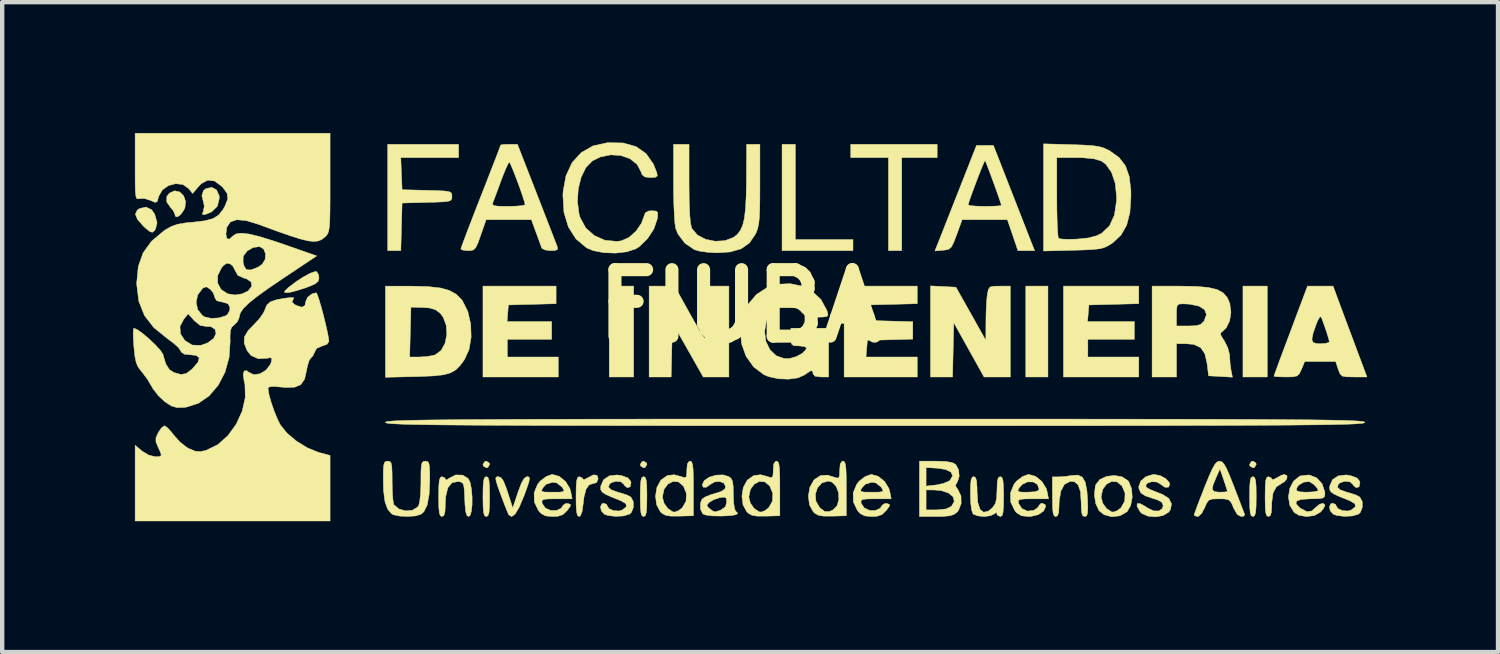
<source format=kicad_pcb>
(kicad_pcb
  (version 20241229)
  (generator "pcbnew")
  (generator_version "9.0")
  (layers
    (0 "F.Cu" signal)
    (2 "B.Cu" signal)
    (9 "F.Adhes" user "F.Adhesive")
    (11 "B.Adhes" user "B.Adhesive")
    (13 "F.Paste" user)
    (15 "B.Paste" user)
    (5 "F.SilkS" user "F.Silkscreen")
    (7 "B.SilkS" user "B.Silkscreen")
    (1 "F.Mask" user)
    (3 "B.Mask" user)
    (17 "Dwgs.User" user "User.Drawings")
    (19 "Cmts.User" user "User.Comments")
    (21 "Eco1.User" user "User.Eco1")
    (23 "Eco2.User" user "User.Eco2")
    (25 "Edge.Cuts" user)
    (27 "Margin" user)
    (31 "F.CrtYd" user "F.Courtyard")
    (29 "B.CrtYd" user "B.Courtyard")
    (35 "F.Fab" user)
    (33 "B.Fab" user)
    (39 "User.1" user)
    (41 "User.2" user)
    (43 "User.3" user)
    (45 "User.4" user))
  (footprint "FIUBA"
    (layer "F.Cu")
    (at 13.916 3.967)
    (property "Reference" "FIUBA" (at 0 0 0) (layer "F.SilkS") (effects (font (size 1.524 1.524) (thickness 0.3))))
    (attr through_hole)
    (fp_poly (pts (xy -2.438 1.626) (xy -2.997 1.626) (xy -2.997 -0.457) (xy -2.438 -0.457) (xy -2.438 1.626)) (stroke (width 0.01) (type solid)) (fill yes) (layer "F.SilkS"))
    (fp_poly (pts (xy 7.061 1.626) (xy 6.553 1.626) (xy 6.553 -0.457) (xy 7.061 -0.457) (xy 7.061 1.626)) (stroke (width 0.01) (type solid)) (fill yes) (layer "F.SilkS"))
    (fp_poly (pts (xy 12.09 1.626) (xy 11.532 1.626) (xy 11.532 -0.457) (xy 12.09 -0.457) (xy 12.09 1.626)) (stroke (width 0.01) (type solid)) (fill yes) (layer "F.SilkS"))
    (fp_poly (pts (xy 1.27 -1.524) (xy 2.591 -1.524) (xy 2.591 -1.27) (xy 0.965 -1.27) (xy 0.965 -3.708) (xy 1.27 -3.708) (xy 1.27 -1.524)) (stroke (width 0.01) (type solid)) (fill yes) (layer "F.SilkS"))
    (fp_poly (pts (xy -5.749 3.597) (xy -5.74 3.632) (xy -5.781 3.7) (xy -5.817 3.708) (xy -5.884 3.668) (xy -5.893 3.632) (xy -5.852 3.565) (xy -5.817 3.556) (xy -5.749 3.597)) (stroke (width 0.01) (type solid)) (fill yes) (layer "F.SilkS"))
    (fp_poly (pts (xy -2.142 3.597) (xy -2.134 3.632) (xy -2.174 3.7) (xy -2.21 3.708) (xy -2.277 3.668) (xy -2.286 3.632) (xy -2.245 3.565) (xy -2.21 3.556) (xy -2.142 3.597)) (stroke (width 0.01) (type solid)) (fill yes) (layer "F.SilkS"))
    (fp_poly (pts (xy 4.521 -3.404) (xy 3.708 -3.404) (xy 3.708 -1.27) (xy 3.404 -1.27) (xy 3.404 -3.404) (xy 2.54 -3.404) (xy 2.54 -3.708) (xy 4.521 -3.708) (xy 4.521 -3.404)) (stroke (width 0.01) (type solid)) (fill yes) (layer "F.SilkS"))
    (fp_poly (pts (xy 11.828 3.597) (xy 11.836 3.632) (xy 11.796 3.7) (xy 11.76 3.708) (xy 11.693 3.668) (xy 11.684 3.632) (xy 11.725 3.565) (xy 11.76 3.556) (xy 11.828 3.597)) (stroke (width 0.01) (type solid)) (fill yes) (layer "F.SilkS"))
    (fp_poly (pts (xy -4.216 -0.054) (xy -5.309 -0.025) (xy -5.34 0.356) (xy -4.318 0.356) (xy -4.318 0.762) (xy -5.334 0.762) (xy -5.334 1.168) (xy -4.166 1.168) (xy -4.166 1.626) (xy -5.893 1.626) (xy -5.893 -0.457) (xy -4.216 -0.457) (xy -4.216 -0.054)) (stroke (width 0.01) (type solid)) (fill yes) (layer "F.SilkS"))
    (fp_poly (pts (xy 9.144 -0.054) (xy 8.001 -0.025) (xy 7.969 0.356) (xy 9.042 0.356) (xy 9.042 0.762) (xy 7.976 0.762) (xy 7.976 1.168) (xy 9.144 1.168) (xy 9.144 1.626) (xy 7.417 1.626) (xy 7.417 -0.457) (xy 9.144 -0.457) (xy 9.144 -0.054)) (stroke (width 0.01) (type solid)) (fill yes) (layer "F.SilkS"))
    (fp_poly (pts (xy 4.064 -0.054) (xy 2.921 -0.025) (xy 2.921 0.33) (xy 3.962 0.359) (xy 3.962 0.758) (xy 3.442 0.773) (xy 2.921 0.787) (xy 2.889 1.168) (xy 4.064 1.168) (xy 4.064 1.626) (xy 2.388 1.626) (xy 2.388 -0.457) (xy 4.064 -0.457) (xy 4.064 -0.054)) (stroke (width 0.01) (type solid)) (fill yes) (layer "F.SilkS"))
    (fp_poly (pts (xy -13.488 -2.207) (xy -13.419 -2.105) (xy -13.365 -1.915) (xy -13.4 -1.764) (xy -13.426 -1.727) (xy -13.472 -1.691) (xy -13.532 -1.708) (xy -13.628 -1.786) (xy -13.678 -1.833) (xy -13.815 -1.988) (xy -13.862 -2.107) (xy -13.819 -2.199) (xy -13.765 -2.236) (xy -13.616 -2.269) (xy -13.488 -2.207)) (stroke (width 0.01) (type solid)) (fill yes) (layer "F.SilkS"))
    (fp_poly (pts (xy -12.846 -2.616) (xy -12.757 -2.529) (xy -12.711 -2.402) (xy -12.726 -2.256) (xy -12.752 -2.198) (xy -12.83 -2.092) (xy -12.903 -2.043) (xy -12.948 -2.061) (xy -12.954 -2.096) (xy -12.989 -2.182) (xy -13.056 -2.261) (xy -13.143 -2.387) (xy -13.141 -2.513) (xy -13.084 -2.588) (xy -12.96 -2.643) (xy -12.846 -2.616)) (stroke (width 0.01) (type solid)) (fill yes) (layer "F.SilkS"))
    (fp_poly (pts (xy -12.001 -2.663) (xy -11.943 -2.533) (xy -11.938 -2.47) (xy -11.982 -2.29) (xy -12.112 -2.161) (xy -12.234 -2.109) (xy -12.317 -2.093) (xy -12.322 -2.129) (xy -12.304 -2.167) (xy -12.282 -2.29) (xy -12.296 -2.362) (xy -12.338 -2.533) (xy -12.299 -2.649) (xy -12.243 -2.692) (xy -12.107 -2.721) (xy -12.001 -2.663)) (stroke (width 0.01) (type solid)) (fill yes) (layer "F.SilkS"))
    (fp_poly (pts (xy -9.704 -0.788) (xy -9.663 -0.717) (xy -9.652 -0.641) (xy -9.668 -0.572) (xy -9.731 -0.515) (xy -9.86 -0.455) (xy -9.97 -0.415) (xy -10.149 -0.358) (xy -10.303 -0.318) (xy -10.389 -0.306) (xy -10.444 -0.316) (xy -10.432 -0.351) (xy -10.346 -0.43) (xy -10.338 -0.436) (xy -10.172 -0.563) (xy -10.001 -0.673) (xy -9.849 -0.754) (xy -9.74 -0.791) (xy -9.704 -0.788)) (stroke (width 0.01) (type solid)) (fill yes) (layer "F.SilkS"))
    (fp_poly (pts (xy -5.779 3.929) (xy -5.756 3.994) (xy -5.744 4.124) (xy -5.74 4.336) (xy -5.74 4.369) (xy -5.743 4.592) (xy -5.754 4.731) (xy -5.776 4.803) (xy -5.811 4.826) (xy -5.817 4.826) (xy -5.854 4.808) (xy -5.877 4.743) (xy -5.889 4.614) (xy -5.893 4.402) (xy -5.893 4.369) (xy -5.89 4.146) (xy -5.879 4.007) (xy -5.857 3.935) (xy -5.822 3.912) (xy -5.817 3.912) (xy -5.779 3.929)) (stroke (width 0.01) (type solid)) (fill yes) (layer "F.SilkS"))
    (fp_poly (pts (xy -2.173 3.929) (xy -2.149 3.994) (xy -2.137 4.124) (xy -2.134 4.336) (xy -2.134 4.369) (xy -2.137 4.592) (xy -2.147 4.731) (xy -2.169 4.803) (xy -2.204 4.826) (xy -2.21 4.826) (xy -2.247 4.808) (xy -2.27 4.743) (xy -2.282 4.614) (xy -2.286 4.402) (xy -2.286 4.369) (xy -2.283 4.146) (xy -2.272 4.007) (xy -2.251 3.935) (xy -2.215 3.912) (xy -2.21 3.912) (xy -2.173 3.929)) (stroke (width 0.01) (type solid)) (fill yes) (layer "F.SilkS"))
    (fp_poly (pts (xy 4.661 -0.447) (xy 4.952 -0.432) (xy 5.295 0.178) (xy 5.637 0.787) (xy 5.639 0.356) (xy 5.643 0.128) (xy 5.653 -0.084) (xy 5.668 -0.243) (xy 5.671 -0.267) (xy 5.695 -0.381) (xy 5.736 -0.437) (xy 5.824 -0.455) (xy 5.95 -0.457) (xy 6.198 -0.457) (xy 6.198 1.626) (xy 5.596 1.626) (xy 4.902 0.381) (xy 4.874 1.626) (xy 4.369 1.626) (xy 4.369 -0.462) (xy 4.661 -0.447)) (stroke (width 0.01) (type solid)) (fill yes) (layer "F.SilkS"))
    (fp_poly (pts (xy 11.797 3.929) (xy 11.821 3.994) (xy 11.833 4.124) (xy 11.836 4.336) (xy 11.836 4.369) (xy 11.833 4.592) (xy 11.823 4.731) (xy 11.801 4.803) (xy 11.766 4.826) (xy 11.76 4.826) (xy 11.723 4.808) (xy 11.7 4.743) (xy 11.688 4.614) (xy 11.684 4.402) (xy 11.684 4.369) (xy 11.687 4.146) (xy 11.698 4.007) (xy 11.719 3.935) (xy 11.755 3.912) (xy 11.76 3.912) (xy 11.797 3.929)) (stroke (width 0.01) (type solid)) (fill yes) (layer "F.SilkS"))
    (fp_poly (pts (xy -6.452 -3.404) (xy -7.777 -3.404) (xy -7.747 -2.667) (xy -7.176 -2.653) (xy -6.928 -2.646) (xy -6.765 -2.637) (xy -6.669 -2.622) (xy -6.621 -2.597) (xy -6.606 -2.558) (xy -6.604 -2.515) (xy -6.607 -2.461) (xy -6.629 -2.425) (xy -6.686 -2.403) (xy -6.796 -2.39) (xy -6.977 -2.382) (xy -7.176 -2.377) (xy -7.747 -2.362) (xy -7.776 -1.27) (xy -8.077 -1.27) (xy -8.077 -3.708) (xy -6.452 -3.708) (xy -6.452 -3.404)) (stroke (width 0.01) (type solid)) (fill yes) (layer "F.SilkS"))
    (fp_poly (pts (xy -0.254 1.626) (xy -0.842 1.626) (xy -1.549 0.381) (xy -1.578 1.626) (xy -2.083 1.626) (xy -2.083 -0.457) (xy -1.791 -0.457) (xy -1.499 -0.456) (xy -1.175 0.128) (xy -1.052 0.348) (xy -0.942 0.534) (xy -0.859 0.67) (xy -0.811 0.737) (xy -0.807 0.74) (xy -0.789 0.704) (xy -0.775 0.583) (xy -0.766 0.396) (xy -0.762 0.16) (xy -0.762 0.155) (xy -0.762 -0.457) (xy -0.254 -0.457) (xy -0.254 1.626)) (stroke (width 0.01) (type solid)) (fill yes) (layer "F.SilkS"))
    (fp_poly (pts (xy -3.277 3.881) (xy -3.251 3.962) (xy -3.288 4.048) (xy -3.347 4.064) (xy -3.455 4.096) (xy -3.529 4.198) (xy -3.577 4.383) (xy -3.593 4.519) (xy -3.62 4.712) (xy -3.659 4.81) (xy -3.69 4.826) (xy -3.725 4.802) (xy -3.746 4.719) (xy -3.757 4.562) (xy -3.759 4.369) (xy -3.756 4.146) (xy -3.745 4.007) (xy -3.724 3.935) (xy -3.689 3.912) (xy -3.683 3.912) (xy -3.615 3.941) (xy -3.607 3.965) (xy -3.573 3.98) (xy -3.494 3.94) (xy -3.36 3.87) (xy -3.277 3.881)) (stroke (width 0.01) (type solid)) (fill yes) (layer "F.SilkS"))
    (fp_poly (pts (xy 12.543 3.891) (xy 12.539 3.958) (xy 12.481 4.03) (xy 12.424 4.063) (xy 12.297 4.146) (xy 12.222 4.286) (xy 12.193 4.501) (xy 12.192 4.569) (xy 12.184 4.73) (xy 12.156 4.809) (xy 12.116 4.826) (xy 12.079 4.808) (xy 12.055 4.743) (xy 12.043 4.614) (xy 12.04 4.402) (xy 12.04 4.369) (xy 12.043 4.146) (xy 12.053 4.007) (xy 12.075 3.935) (xy 12.11 3.912) (xy 12.116 3.912) (xy 12.183 3.941) (xy 12.192 3.965) (xy 12.226 3.98) (xy 12.305 3.94) (xy 12.412 3.88) (xy 12.483 3.861) (xy 12.543 3.891)) (stroke (width 0.01) (type solid)) (fill yes) (layer "F.SilkS"))
    (fp_poly (pts (xy -4.838 3.92) (xy -4.825 3.958) (xy -4.842 4.042) (xy -4.892 4.189) (xy -4.953 4.356) (xy -5.062 4.613) (xy -5.156 4.77) (xy -5.236 4.828) (xy -5.302 4.786) (xy -5.303 4.785) (xy -5.332 4.718) (xy -5.387 4.582) (xy -5.456 4.4) (xy -5.484 4.325) (xy -5.556 4.126) (xy -5.593 4.004) (xy -5.599 3.94) (xy -5.576 3.915) (xy -5.539 3.912) (xy -5.479 3.934) (xy -5.423 4.013) (xy -5.361 4.166) (xy -5.326 4.271) (xy -5.21 4.631) (xy -5.09 4.271) (xy -5.016 4.072) (xy -4.954 3.958) (xy -4.895 3.914) (xy -4.878 3.912) (xy -4.838 3.92)) (stroke (width 0.01) (type solid)) (fill yes) (layer "F.SilkS"))
    (fp_poly (pts (xy 7.85 3.923) (xy 7.917 4.041) (xy 7.955 4.242) (xy 7.968 4.415) (xy 7.974 4.621) (xy 7.969 4.745) (xy 7.95 4.807) (xy 7.912 4.826) (xy 7.905 4.826) (xy 7.859 4.807) (xy 7.834 4.738) (xy 7.824 4.597) (xy 7.823 4.506) (xy 7.807 4.258) (xy 7.755 4.101) (xy 7.665 4.026) (xy 7.568 4.021) (xy 7.439 4.088) (xy 7.356 4.243) (xy 7.318 4.482) (xy 7.316 4.559) (xy 7.308 4.724) (xy 7.282 4.806) (xy 7.239 4.826) (xy 7.202 4.808) (xy 7.179 4.743) (xy 7.167 4.613) (xy 7.163 4.401) (xy 7.163 4.371) (xy 7.163 3.916) (xy 7.303 3.917) (xy 7.461 3.907) (xy 7.595 3.886) (xy 7.745 3.875) (xy 7.85 3.923)) (stroke (width 0.01) (type solid)) (fill yes) (layer "F.SilkS"))
    (fp_poly (pts (xy 8.759 3.915) (xy 8.894 4.001) (xy 8.914 4.027) (xy 8.979 4.188) (xy 8.993 4.384) (xy 8.958 4.573) (xy 8.877 4.713) (xy 8.874 4.716) (xy 8.712 4.809) (xy 8.525 4.831) (xy 8.348 4.784) (xy 8.233 4.692) (xy 8.157 4.531) (xy 8.134 4.38) (xy 8.28 4.38) (xy 8.316 4.519) (xy 8.404 4.643) (xy 8.516 4.717) (xy 8.56 4.724) (xy 8.65 4.691) (xy 8.738 4.623) (xy 8.822 4.472) (xy 8.829 4.292) (xy 8.76 4.126) (xy 8.648 4.032) (xy 8.522 4.021) (xy 8.404 4.083) (xy 8.316 4.204) (xy 8.28 4.374) (xy 8.28 4.38) (xy 8.134 4.38) (xy 8.126 4.326) (xy 8.147 4.13) (xy 8.16 4.092) (xy 8.253 3.975) (xy 8.406 3.905) (xy 8.586 3.884) (xy 8.759 3.915)) (stroke (width 0.01) (type solid)) (fill yes) (layer "F.SilkS"))
    (fp_poly (pts (xy -7.506 -0.456) (xy -7.146 -0.446) (xy -6.87 -0.415) (xy -6.661 -0.357) (xy -6.503 -0.268) (xy -6.38 -0.143) (xy -6.361 -0.117) (xy -6.24 0.125) (xy -6.174 0.413) (xy -6.164 0.714) (xy -6.212 0.997) (xy -6.315 1.225) (xy -6.417 1.364) (xy -6.518 1.464) (xy -6.636 1.532) (xy -6.791 1.575) (xy -7.002 1.6) (xy -7.289 1.613) (xy -7.42 1.617) (xy -8.128 1.633) (xy -8.128 1.168) (xy -7.573 1.168) (xy -7.346 1.168) (xy -7.172 1.157) (xy -7.018 1.128) (xy -6.986 1.118) (xy -6.851 1.017) (xy -6.761 0.852) (xy -6.722 0.651) (xy -6.735 0.442) (xy -6.805 0.255) (xy -6.873 0.165) (xy -6.979 0.085) (xy -7.113 0.045) (xy -7.271 0.033) (xy -7.544 0.025) (xy -7.573 1.168) (xy -8.128 1.168) (xy -8.128 -0.457) (xy -7.506 -0.456)) (stroke (width 0.01) (type solid)) (fill yes) (layer "F.SilkS"))
    (fp_poly (pts (xy -6.36 3.876) (xy -6.231 3.954) (xy -6.186 4.048) (xy -6.157 4.197) (xy -6.142 4.375) (xy -6.142 4.554) (xy -6.158 4.706) (xy -6.19 4.804) (xy -6.221 4.826) (xy -6.261 4.802) (xy -6.287 4.719) (xy -6.304 4.561) (xy -6.31 4.432) (xy -6.319 4.234) (xy -6.333 4.116) (xy -6.36 4.055) (xy -6.409 4.031) (xy -6.459 4.023) (xy -6.602 4.049) (xy -6.698 4.166) (xy -6.748 4.372) (xy -6.756 4.533) (xy -6.763 4.706) (xy -6.785 4.797) (xy -6.828 4.826) (xy -6.833 4.826) (xy -6.87 4.808) (xy -6.893 4.743) (xy -6.905 4.614) (xy -6.909 4.402) (xy -6.909 4.369) (xy -6.906 4.146) (xy -6.895 4.007) (xy -6.873 3.935) (xy -6.838 3.912) (xy -6.833 3.912) (xy -6.765 3.943) (xy -6.756 3.97) (xy -6.727 3.988) (xy -6.663 3.945) (xy -6.519 3.872) (xy -6.36 3.876)) (stroke (width 0.01) (type solid)) (fill yes) (layer "F.SilkS"))
    (fp_poly (pts (xy 6.006 3.929) (xy 6.029 3.994) (xy 6.041 4.124) (xy 6.045 4.336) (xy 6.045 4.369) (xy 6.042 4.592) (xy 6.031 4.731) (xy 6.01 4.803) (xy 5.975 4.826) (xy 5.969 4.826) (xy 5.901 4.793) (xy 5.893 4.765) (xy 5.878 4.73) (xy 5.832 4.765) (xy 5.743 4.806) (xy 5.606 4.826) (xy 5.588 4.826) (xy 5.449 4.81) (xy 5.351 4.771) (xy 5.344 4.765) (xy 5.311 4.68) (xy 5.29 4.513) (xy 5.283 4.308) (xy 5.287 4.102) (xy 5.3 3.98) (xy 5.327 3.923) (xy 5.359 3.912) (xy 5.401 3.933) (xy 5.425 4.009) (xy 5.435 4.16) (xy 5.436 4.257) (xy 5.453 4.505) (xy 5.504 4.663) (xy 5.587 4.728) (xy 5.699 4.699) (xy 5.791 4.623) (xy 5.853 4.534) (xy 5.885 4.405) (xy 5.893 4.216) (xy 5.899 4.039) (xy 5.919 3.944) (xy 5.96 3.912) (xy 5.969 3.912) (xy 6.006 3.929)) (stroke (width 0.01) (type solid)) (fill yes) (layer "F.SilkS"))
    (fp_poly (pts (xy -1.111 3.571) (xy -1.089 3.627) (xy -1.075 3.738) (xy -1.069 3.92) (xy -1.067 4.182) (xy -1.067 4.808) (xy -1.395 4.817) (xy -1.584 4.817) (xy -1.704 4.798) (xy -1.786 4.754) (xy -1.827 4.715) (xy -1.911 4.558) (xy -1.934 4.38) (xy -1.778 4.38) (xy -1.742 4.519) (xy -1.654 4.643) (xy -1.542 4.717) (xy -1.499 4.724) (xy -1.408 4.691) (xy -1.321 4.623) (xy -1.236 4.472) (xy -1.229 4.292) (xy -1.298 4.126) (xy -1.41 4.032) (xy -1.536 4.021) (xy -1.654 4.083) (xy -1.742 4.204) (xy -1.778 4.374) (xy -1.778 4.38) (xy -1.934 4.38) (xy -1.937 4.359) (xy -1.905 4.159) (xy -1.817 3.997) (xy -1.806 3.985) (xy -1.664 3.885) (xy -1.506 3.868) (xy -1.35 3.91) (xy -1.266 3.936) (xy -1.229 3.911) (xy -1.219 3.814) (xy -1.219 3.758) (xy -1.206 3.617) (xy -1.164 3.559) (xy -1.143 3.556) (xy -1.111 3.571)) (stroke (width 0.01) (type solid)) (fill yes) (layer "F.SilkS"))
    (fp_poly (pts (xy 0.871 3.571) (xy 0.893 3.627) (xy 0.906 3.738) (xy 0.913 3.92) (xy 0.914 4.182) (xy 0.914 4.808) (xy 0.586 4.817) (xy 0.397 4.817) (xy 0.277 4.798) (xy 0.196 4.754) (xy 0.154 4.715) (xy 0.07 4.558) (xy 0.047 4.38) (xy 0.203 4.38) (xy 0.239 4.519) (xy 0.327 4.643) (xy 0.439 4.717) (xy 0.483 4.724) (xy 0.573 4.691) (xy 0.66 4.623) (xy 0.745 4.472) (xy 0.752 4.292) (xy 0.683 4.126) (xy 0.571 4.032) (xy 0.445 4.021) (xy 0.327 4.083) (xy 0.239 4.204) (xy 0.203 4.374) (xy 0.203 4.38) (xy 0.047 4.38) (xy 0.044 4.359) (xy 0.076 4.159) (xy 0.164 3.997) (xy 0.175 3.985) (xy 0.318 3.885) (xy 0.476 3.868) (xy 0.632 3.91) (xy 0.715 3.936) (xy 0.752 3.911) (xy 0.762 3.814) (xy 0.762 3.758) (xy 0.775 3.617) (xy 0.817 3.559) (xy 0.838 3.556) (xy 0.871 3.571)) (stroke (width 0.01) (type solid)) (fill yes) (layer "F.SilkS"))
    (fp_poly (pts (xy 2.395 3.571) (xy 2.417 3.627) (xy 2.43 3.738) (xy 2.437 3.92) (xy 2.438 4.182) (xy 2.438 4.808) (xy 2.11 4.817) (xy 1.921 4.817) (xy 1.801 4.798) (xy 1.72 4.754) (xy 1.678 4.715) (xy 1.593 4.556) (xy 1.568 4.357) (xy 1.575 4.316) (xy 1.728 4.316) (xy 1.742 4.476) (xy 1.826 4.62) (xy 1.829 4.623) (xy 1.939 4.708) (xy 2.043 4.713) (xy 2.135 4.673) (xy 2.228 4.575) (xy 2.268 4.433) (xy 2.259 4.276) (xy 2.205 4.135) (xy 2.113 4.038) (xy 2.022 4.013) (xy 1.878 4.056) (xy 1.777 4.167) (xy 1.728 4.316) (xy 1.575 4.316) (xy 1.602 4.155) (xy 1.694 3.991) (xy 1.705 3.98) (xy 1.844 3.888) (xy 2.008 3.876) (xy 2.197 3.935) (xy 2.254 3.946) (xy 2.28 3.898) (xy 2.286 3.771) (xy 2.286 3.765) (xy 2.298 3.621) (xy 2.338 3.561) (xy 2.362 3.556) (xy 2.395 3.571)) (stroke (width 0.01) (type solid)) (fill yes) (layer "F.SilkS"))
    (fp_poly (pts (xy -7.164 3.564) (xy -7.134 3.602) (xy -7.118 3.69) (xy -7.113 3.847) (xy -7.112 3.98) (xy -7.127 4.316) (xy -7.171 4.56) (xy -7.248 4.717) (xy -7.317 4.776) (xy -7.443 4.812) (xy -7.617 4.824) (xy -7.797 4.816) (xy -7.941 4.786) (xy -7.989 4.763) (xy -8.08 4.654) (xy -8.14 4.482) (xy -8.172 4.235) (xy -8.179 3.984) (xy -8.177 3.775) (xy -8.168 3.648) (xy -8.147 3.582) (xy -8.11 3.559) (xy -8.077 3.556) (xy -8.029 3.563) (xy -7.999 3.599) (xy -7.983 3.681) (xy -7.976 3.829) (xy -7.975 4.026) (xy -7.971 4.239) (xy -7.96 4.414) (xy -7.945 4.527) (xy -7.937 4.552) (xy -7.82 4.653) (xy -7.667 4.696) (xy -7.512 4.682) (xy -7.391 4.608) (xy -7.365 4.569) (xy -7.343 4.479) (xy -7.325 4.316) (xy -7.316 4.109) (xy -7.315 4.017) (xy -7.314 3.798) (xy -7.306 3.663) (xy -7.287 3.59) (xy -7.254 3.561) (xy -7.214 3.556) (xy -7.164 3.564)) (stroke (width 0.01) (type solid)) (fill yes) (layer "F.SilkS"))
    (fp_poly (pts (xy 9.64 3.89) (xy 9.768 3.961) (xy 9.846 4.051) (xy 9.855 4.092) (xy 9.822 4.155) (xy 9.743 4.155) (xy 9.655 4.093) (xy 9.65 4.087) (xy 9.559 4.035) (xy 9.44 4.027) (xy 9.341 4.061) (xy 9.309 4.101) (xy 9.308 4.138) (xy 9.342 4.173) (xy 9.429 4.217) (xy 9.586 4.28) (xy 9.691 4.32) (xy 9.833 4.411) (xy 9.894 4.536) (xy 9.867 4.672) (xy 9.828 4.726) (xy 9.702 4.803) (xy 9.532 4.833) (xy 9.357 4.817) (xy 9.216 4.757) (xy 9.172 4.713) (xy 9.103 4.588) (xy 9.109 4.526) (xy 9.182 4.532) (xy 9.316 4.608) (xy 9.343 4.628) (xy 9.482 4.696) (xy 9.605 4.698) (xy 9.686 4.64) (xy 9.703 4.571) (xy 9.67 4.496) (xy 9.561 4.439) (xy 9.487 4.417) (xy 9.298 4.354) (xy 9.191 4.284) (xy 9.148 4.189) (xy 9.144 4.137) (xy 9.19 4.011) (xy 9.306 3.912) (xy 9.464 3.863) (xy 9.5 3.861) (xy 9.64 3.89)) (stroke (width 0.01) (type solid)) (fill yes) (layer "F.SilkS"))
    (fp_poly (pts (xy -1.168 -2.807) (xy -1.164 -2.412) (xy -1.153 -2.115) (xy -1.135 -1.909) (xy -1.109 -1.79) (xy -1.103 -1.778) (xy -0.977 -1.629) (xy -0.789 -1.53) (xy -0.568 -1.486) (xy -0.345 -1.499) (xy -0.147 -1.575) (xy -0.064 -1.64) (xy 0.008 -1.731) (xy 0.062 -1.851) (xy 0.101 -2.013) (xy 0.127 -2.233) (xy 0.142 -2.523) (xy 0.149 -2.898) (xy 0.149 -2.985) (xy 0.152 -3.708) (xy 0.457 -3.708) (xy 0.457 -2.785) (xy 0.456 -2.448) (xy 0.452 -2.196) (xy 0.443 -2.01) (xy 0.427 -1.875) (xy 0.404 -1.772) (xy 0.371 -1.685) (xy 0.356 -1.651) (xy 0.218 -1.448) (xy 0.028 -1.313) (xy -0.228 -1.24) (xy -0.515 -1.221) (xy -0.724 -1.231) (xy -0.912 -1.256) (xy -1.041 -1.291) (xy -1.041 -1.291) (xy -1.262 -1.44) (xy -1.422 -1.652) (xy -1.474 -1.782) (xy -1.491 -1.89) (xy -1.505 -2.078) (xy -1.516 -2.326) (xy -1.523 -2.613) (xy -1.524 -2.832) (xy -1.524 -3.708) (xy -1.168 -3.708) (xy -1.168 -2.807)) (stroke (width 0.01) (type solid)) (fill yes) (layer "F.SilkS"))
    (fp_poly (pts (xy 4.72 3.564) (xy 4.866 3.589) (xy 4.949 3.635) (xy 4.949 3.636) (xy 5.012 3.754) (xy 5.026 3.902) (xy 4.988 4.029) (xy 4.969 4.053) (xy 4.94 4.119) (xy 4.992 4.204) (xy 4.995 4.206) (xy 5.067 4.353) (xy 5.071 4.529) (xy 5.009 4.687) (xy 4.978 4.724) (xy 4.905 4.779) (xy 4.803 4.81) (xy 4.646 4.824) (xy 4.496 4.826) (xy 4.115 4.826) (xy 4.115 4.674) (xy 4.267 4.674) (xy 4.518 4.674) (xy 4.726 4.652) (xy 4.85 4.591) (xy 4.913 4.479) (xy 4.887 4.374) (xy 4.784 4.288) (xy 4.618 4.232) (xy 4.458 4.217) (xy 4.267 4.216) (xy 4.267 4.674) (xy 4.115 4.674) (xy 4.115 4.128) (xy 4.267 4.128) (xy 4.501 4.102) (xy 4.661 4.068) (xy 4.788 4.015) (xy 4.818 3.992) (xy 4.875 3.892) (xy 4.838 3.808) (xy 4.716 3.747) (xy 4.529 3.718) (xy 4.267 3.703) (xy 4.267 4.128) (xy 4.115 4.128) (xy 4.115 3.556) (xy 4.492 3.556) (xy 4.72 3.564)) (stroke (width 0.01) (type solid)) (fill yes) (layer "F.SilkS"))
    (fp_poly (pts (xy -2.71 3.889) (xy -2.569 3.941) (xy -2.506 4.018) (xy -2.498 4.051) (xy -2.517 4.142) (xy -2.58 4.167) (xy -2.647 4.117) (xy -2.66 4.089) (xy -2.729 4.029) (xy -2.843 4.017) (xy -2.955 4.052) (xy -2.994 4.086) (xy -3.015 4.154) (xy -2.951 4.214) (xy -2.794 4.27) (xy -2.718 4.29) (xy -2.588 4.333) (xy -2.502 4.379) (xy -2.446 4.482) (xy -2.444 4.617) (xy -2.492 4.735) (xy -2.537 4.773) (xy -2.677 4.813) (xy -2.858 4.822) (xy -3.029 4.801) (xy -3.111 4.771) (xy -3.179 4.696) (xy -3.198 4.604) (xy -3.167 4.535) (xy -3.124 4.521) (xy -3.057 4.549) (xy -3.048 4.573) (xy -3.004 4.644) (xy -2.9 4.69) (xy -2.777 4.699) (xy -2.699 4.677) (xy -2.606 4.603) (xy -2.613 4.533) (xy -2.723 4.467) (xy -2.731 4.464) (xy -2.947 4.377) (xy -3.084 4.315) (xy -3.16 4.264) (xy -3.191 4.214) (xy -3.193 4.151) (xy -3.191 4.128) (xy -3.129 3.983) (xy -2.997 3.894) (xy -2.814 3.872) (xy -2.71 3.889)) (stroke (width 0.01) (type solid)) (fill yes) (layer "F.SilkS"))
    (fp_poly (pts (xy 10.471 -0.45) (xy 10.743 -0.425) (xy 10.942 -0.377) (xy 11.081 -0.301) (xy 11.174 -0.193) (xy 11.231 -0.057) (xy 11.257 0.144) (xy 11.226 0.342) (xy 11.147 0.503) (xy 11.077 0.569) (xy 11.024 0.611) (xy 11.023 0.664) (xy 11.076 0.757) (xy 11.107 0.802) (xy 11.185 0.958) (xy 11.225 1.116) (xy 11.227 1.144) (xy 11.238 1.321) (xy 11.259 1.47) (xy 11.291 1.631) (xy 10.744 1.6) (xy 10.71 1.322) (xy 10.659 1.095) (xy 10.561 0.952) (xy 10.404 0.879) (xy 10.231 0.864) (xy 10.008 0.864) (xy 10.008 1.626) (xy 9.449 1.626) (xy 9.449 0.203) (xy 10.008 0.203) (xy 10.008 0.457) (xy 10.286 0.457) (xy 10.455 0.451) (xy 10.557 0.423) (xy 10.624 0.363) (xy 10.645 0.334) (xy 10.695 0.195) (xy 10.652 0.082) (xy 10.522 0.001) (xy 10.312 -0.043) (xy 10.154 -0.051) (xy 10.067 -0.045) (xy 10.024 -0.009) (xy 10.009 0.083) (xy 10.008 0.203) (xy 9.449 0.203) (xy 9.449 -0.457) (xy 10.111 -0.457) (xy 10.471 -0.45)) (stroke (width 0.01) (type solid)) (fill yes) (layer "F.SilkS"))
    (fp_poly (pts (xy 14.003 3.889) (xy 14.144 3.941) (xy 14.207 4.018) (xy 14.215 4.051) (xy 14.196 4.142) (xy 14.133 4.167) (xy 14.067 4.117) (xy 14.053 4.089) (xy 13.984 4.029) (xy 13.87 4.017) (xy 13.758 4.052) (xy 13.719 4.086) (xy 13.698 4.154) (xy 13.762 4.214) (xy 13.919 4.27) (xy 13.995 4.29) (xy 14.126 4.333) (xy 14.211 4.379) (xy 14.267 4.482) (xy 14.269 4.617) (xy 14.221 4.735) (xy 14.177 4.773) (xy 14.036 4.813) (xy 13.855 4.822) (xy 13.684 4.801) (xy 13.602 4.771) (xy 13.534 4.696) (xy 13.515 4.604) (xy 13.546 4.535) (xy 13.589 4.521) (xy 13.657 4.549) (xy 13.665 4.573) (xy 13.709 4.644) (xy 13.813 4.69) (xy 13.936 4.699) (xy 14.014 4.677) (xy 14.108 4.603) (xy 14.1 4.533) (xy 13.99 4.467) (xy 13.983 4.464) (xy 13.767 4.377) (xy 13.629 4.315) (xy 13.553 4.264) (xy 13.522 4.214) (xy 13.52 4.151) (xy 13.522 4.128) (xy 13.584 3.983) (xy 13.716 3.894) (xy 13.899 3.872) (xy 14.003 3.889)) (stroke (width 0.01) (type solid)) (fill yes) (layer "F.SilkS"))
    (fp_poly (pts (xy 6.78 3.906) (xy 6.923 4.023) (xy 7.022 4.184) (xy 7.042 4.255) (xy 7.074 4.42) (xy 6.717 4.42) (xy 6.531 4.422) (xy 6.427 4.432) (xy 6.384 4.457) (xy 6.382 4.504) (xy 6.387 4.526) (xy 6.464 4.644) (xy 6.593 4.702) (xy 6.736 4.684) (xy 6.75 4.677) (xy 6.834 4.614) (xy 6.858 4.57) (xy 6.899 4.527) (xy 6.934 4.521) (xy 7.002 4.558) (xy 7.01 4.59) (xy 6.964 4.698) (xy 6.842 4.782) (xy 6.67 4.824) (xy 6.616 4.826) (xy 6.457 4.809) (xy 6.348 4.744) (xy 6.303 4.692) (xy 6.208 4.496) (xy 6.202 4.284) (xy 6.228 4.22) (xy 6.374 4.22) (xy 6.382 4.254) (xy 6.458 4.266) (xy 6.598 4.267) (xy 6.765 4.258) (xy 6.845 4.228) (xy 6.858 4.197) (xy 6.819 4.089) (xy 6.721 4.033) (xy 6.595 4.031) (xy 6.474 4.087) (xy 6.413 4.153) (xy 6.374 4.22) (xy 6.228 4.22) (xy 6.283 4.085) (xy 6.346 4.009) (xy 6.48 3.908) (xy 6.609 3.861) (xy 6.623 3.861) (xy 6.78 3.906)) (stroke (width 0.01) (type solid)) (fill yes) (layer "F.SilkS"))
    (fp_poly (pts (xy 13.22 3.938) (xy 13.346 4.073) (xy 13.408 4.261) (xy 13.411 4.315) (xy 13.402 4.372) (xy 13.357 4.403) (xy 13.257 4.417) (xy 13.081 4.42) (xy 12.872 4.432) (xy 12.762 4.471) (xy 12.75 4.535) (xy 12.835 4.625) (xy 12.864 4.645) (xy 13.001 4.715) (xy 13.11 4.699) (xy 13.194 4.623) (xy 13.286 4.546) (xy 13.368 4.522) (xy 13.41 4.559) (xy 13.411 4.572) (xy 13.378 4.642) (xy 13.31 4.724) (xy 13.169 4.803) (xy 12.988 4.827) (xy 12.813 4.796) (xy 12.705 4.73) (xy 12.607 4.57) (xy 12.575 4.377) (xy 12.606 4.182) (xy 12.607 4.179) (xy 12.76 4.179) (xy 12.766 4.232) (xy 12.823 4.258) (xy 12.953 4.267) (xy 13.001 4.267) (xy 13.147 4.26) (xy 13.241 4.24) (xy 13.259 4.224) (xy 13.225 4.162) (xy 13.156 4.088) (xy 13.051 4.025) (xy 12.932 4.037) (xy 12.915 4.043) (xy 12.809 4.107) (xy 12.76 4.179) (xy 12.607 4.179) (xy 12.692 4.014) (xy 12.83 3.903) (xy 12.858 3.892) (xy 13.05 3.872) (xy 13.22 3.938)) (stroke (width 0.01) (type solid)) (fill yes) (layer "F.SilkS"))
    (fp_poly (pts (xy -4.142 3.906) (xy -3.999 4.023) (xy -3.9 4.184) (xy -3.88 4.255) (xy -3.848 4.42) (xy -4.205 4.42) (xy -4.391 4.422) (xy -4.495 4.432) (xy -4.538 4.457) (xy -4.54 4.504) (xy -4.535 4.525) (xy -4.465 4.629) (xy -4.346 4.685) (xy -4.212 4.688) (xy -4.1 4.637) (xy -4.054 4.567) (xy -3.996 4.527) (xy -3.943 4.528) (xy -3.887 4.548) (xy -3.891 4.59) (xy -3.957 4.681) (xy -3.961 4.686) (xy -4.057 4.78) (xy -4.174 4.82) (xy -4.293 4.826) (xy -4.453 4.812) (xy -4.559 4.757) (xy -4.619 4.692) (xy -4.714 4.496) (xy -4.72 4.284) (xy -4.693 4.217) (xy -4.547 4.217) (xy -4.541 4.251) (xy -4.472 4.265) (xy -4.322 4.267) (xy -4.293 4.267) (xy -4.13 4.266) (xy -4.05 4.254) (xy -4.036 4.224) (xy -4.069 4.164) (xy -4.077 4.153) (xy -4.198 4.056) (xy -4.293 4.039) (xy -4.442 4.085) (xy -4.508 4.153) (xy -4.547 4.217) (xy -4.693 4.217) (xy -4.639 4.085) (xy -4.576 4.009) (xy -4.442 3.908) (xy -4.313 3.861) (xy -4.299 3.861) (xy -4.142 3.906)) (stroke (width 0.01) (type solid)) (fill yes) (layer "F.SilkS"))
    (fp_poly (pts (xy 3.173 3.906) (xy 3.316 4.023) (xy 3.415 4.184) (xy 3.435 4.255) (xy 3.467 4.42) (xy 3.11 4.42) (xy 2.924 4.422) (xy 2.82 4.432) (xy 2.777 4.457) (xy 2.775 4.504) (xy 2.78 4.525) (xy 2.85 4.629) (xy 2.97 4.685) (xy 3.103 4.688) (xy 3.215 4.637) (xy 3.261 4.567) (xy 3.319 4.527) (xy 3.372 4.528) (xy 3.428 4.548) (xy 3.424 4.59) (xy 3.358 4.681) (xy 3.354 4.686) (xy 3.258 4.78) (xy 3.141 4.82) (xy 3.023 4.826) (xy 2.862 4.812) (xy 2.756 4.757) (xy 2.696 4.692) (xy 2.601 4.496) (xy 2.595 4.284) (xy 2.623 4.217) (xy 2.768 4.217) (xy 2.774 4.251) (xy 2.843 4.265) (xy 2.993 4.267) (xy 3.023 4.267) (xy 3.186 4.266) (xy 3.265 4.254) (xy 3.279 4.224) (xy 3.246 4.164) (xy 3.239 4.153) (xy 3.117 4.056) (xy 3.023 4.039) (xy 2.873 4.085) (xy 2.807 4.153) (xy 2.768 4.217) (xy 2.623 4.217) (xy 2.677 4.085) (xy 2.739 4.009) (xy 2.873 3.908) (xy 3.003 3.861) (xy 3.016 3.861) (xy 3.173 3.906)) (stroke (width 0.01) (type solid)) (fill yes) (layer "F.SilkS"))
    (fp_poly (pts (xy -0.261 3.908) (xy -0.203 3.952) (xy -0.17 4.022) (xy -0.155 4.145) (xy -0.152 4.317) (xy -0.146 4.497) (xy -0.128 4.633) (xy -0.102 4.699) (xy -0.102 4.699) (xy -0.052 4.749) (xy -0.091 4.784) (xy -0.224 4.806) (xy -0.423 4.815) (xy -0.639 4.811) (xy -0.791 4.79) (xy -0.855 4.763) (xy -0.907 4.651) (xy -0.904 4.568) (xy -0.758 4.568) (xy -0.726 4.622) (xy -0.689 4.651) (xy -0.613 4.706) (xy -0.562 4.718) (xy -0.483 4.693) (xy -0.435 4.675) (xy -0.331 4.6) (xy -0.305 4.493) (xy -0.314 4.405) (xy -0.362 4.379) (xy -0.47 4.395) (xy -0.609 4.442) (xy -0.711 4.504) (xy -0.758 4.568) (xy -0.904 4.568) (xy -0.903 4.509) (xy -0.87 4.429) (xy -0.799 4.378) (xy -0.666 4.324) (xy -0.579 4.299) (xy -0.422 4.248) (xy -0.346 4.193) (xy -0.33 4.137) (xy -0.371 4.058) (xy -0.469 4.022) (xy -0.587 4.034) (xy -0.676 4.087) (xy -0.774 4.155) (xy -0.844 4.152) (xy -0.864 4.096) (xy -0.818 3.999) (xy -0.703 3.923) (xy -0.549 3.877) (xy -0.387 3.871) (xy -0.261 3.908)) (stroke (width 0.01) (type solid)) (fill yes) (layer "F.SilkS"))
    (fp_poly (pts (xy 7.607 -3.701) (xy 7.885 -3.691) (xy 8.084 -3.678) (xy 8.228 -3.657) (xy 8.341 -3.624) (xy 8.445 -3.576) (xy 8.483 -3.555) (xy 8.693 -3.404) (xy 8.838 -3.215) (xy 8.925 -2.97) (xy 8.962 -2.655) (xy 8.964 -2.515) (xy 8.94 -2.146) (xy 8.866 -1.854) (xy 8.736 -1.627) (xy 8.545 -1.449) (xy 8.52 -1.432) (xy 8.429 -1.376) (xy 8.342 -1.337) (xy 8.235 -1.312) (xy 8.089 -1.296) (xy 7.881 -1.286) (xy 7.637 -1.279) (xy 6.96 -1.262) (xy 6.96 -3.404) (xy 7.264 -3.404) (xy 7.264 -2.498) (xy 7.266 -2.204) (xy 7.272 -1.945) (xy 7.281 -1.739) (xy 7.292 -1.602) (xy 7.303 -1.553) (xy 7.368 -1.537) (xy 7.507 -1.53) (xy 7.692 -1.534) (xy 7.727 -1.535) (xy 7.988 -1.562) (xy 8.179 -1.612) (xy 8.293 -1.669) (xy 8.472 -1.838) (xy 8.585 -2.085) (xy 8.633 -2.409) (xy 8.635 -2.503) (xy 8.604 -2.811) (xy 8.519 -3.066) (xy 8.387 -3.252) (xy 8.287 -3.324) (xy 8.123 -3.375) (xy 7.872 -3.4) (xy 7.699 -3.404) (xy 7.264 -3.404) (xy 6.96 -3.404) (xy 6.96 -3.719) (xy 7.607 -3.701)) (stroke (width 0.01) (type solid)) (fill yes) (layer "F.SilkS"))
    (fp_poly (pts (xy 11.047 3.57) (xy 11.097 3.622) (xy 11.156 3.726) (xy 11.231 3.898) (xy 11.33 4.149) (xy 11.418 4.378) (xy 11.493 4.573) (xy 11.547 4.715) (xy 11.573 4.782) (xy 11.574 4.784) (xy 11.547 4.818) (xy 11.493 4.826) (xy 11.404 4.782) (xy 11.324 4.644) (xy 11.315 4.623) (xy 11.262 4.502) (xy 11.203 4.442) (xy 11.105 4.422) (xy 10.985 4.42) (xy 10.833 4.424) (xy 10.749 4.452) (xy 10.695 4.526) (xy 10.654 4.623) (xy 10.585 4.755) (xy 10.512 4.822) (xy 10.494 4.826) (xy 10.424 4.807) (xy 10.414 4.789) (xy 10.432 4.73) (xy 10.48 4.596) (xy 10.553 4.406) (xy 10.631 4.207) (xy 10.83 4.207) (xy 10.874 4.254) (xy 10.981 4.267) (xy 10.998 4.267) (xy 11.116 4.263) (xy 11.174 4.253) (xy 11.176 4.251) (xy 11.161 4.198) (xy 11.123 4.079) (xy 11.091 3.984) (xy 11.005 3.734) (xy 10.914 3.937) (xy 10.845 4.107) (xy 10.83 4.207) (xy 10.631 4.207) (xy 10.641 4.18) (xy 10.651 4.154) (xy 10.755 3.9) (xy 10.833 3.728) (xy 10.893 3.623) (xy 10.945 3.57) (xy 10.996 3.556) (xy 11.047 3.57)) (stroke (width 0.01) (type solid)) (fill yes) (layer "F.SilkS"))
    (fp_poly (pts (xy 13.867 0.267) (xy 13.973 0.551) (xy 14.078 0.831) (xy 14.17 1.079) (xy 14.241 1.267) (xy 14.256 1.308) (xy 14.376 1.626) (xy 14.075 1.626) (xy 13.907 1.623) (xy 13.812 1.606) (xy 13.76 1.559) (xy 13.723 1.47) (xy 13.716 1.448) (xy 13.657 1.27) (xy 12.949 1.27) (xy 12.875 1.448) (xy 12.826 1.55) (xy 12.77 1.603) (xy 12.673 1.623) (xy 12.522 1.626) (xy 12.369 1.623) (xy 12.267 1.615) (xy 12.243 1.607) (xy 12.26 1.556) (xy 12.307 1.426) (xy 12.377 1.234) (xy 12.466 0.997) (xy 12.527 0.833) (xy 12.554 0.763) (xy 13.113 0.763) (xy 13.136 0.831) (xy 13.212 0.859) (xy 13.31 0.864) (xy 13.437 0.854) (xy 13.508 0.829) (xy 13.513 0.819) (xy 13.497 0.749) (xy 13.457 0.617) (xy 13.403 0.457) (xy 13.347 0.301) (xy 13.328 0.254) (xy 13.296 0.247) (xy 13.245 0.334) (xy 13.206 0.432) (xy 13.137 0.635) (xy 13.113 0.763) (xy 12.554 0.763) (xy 12.634 0.55) (xy 12.736 0.277) (xy 12.825 0.04) (xy 12.892 -0.137) (xy 12.912 -0.191) (xy 13.012 -0.457) (xy 13.598 -0.457) (xy 13.867 0.267)) (stroke (width 0.01) (type solid)) (fill yes) (layer "F.SilkS"))
    (fp_poly (pts (xy 6.208 -2.667) (xy 6.331 -2.354) (xy 6.445 -2.061) (xy 6.545 -1.806) (xy 6.623 -1.607) (xy 6.672 -1.48) (xy 6.68 -1.46) (xy 6.756 -1.27) (xy 6.373 -1.27) (xy 6.252 -1.626) (xy 6.131 -1.981) (xy 5.094 -1.981) (xy 4.969 -1.638) (xy 4.901 -1.46) (xy 4.848 -1.356) (xy 4.79 -1.305) (xy 4.709 -1.285) (xy 4.656 -1.28) (xy 4.469 -1.264) (xy 4.546 -1.457) (xy 4.588 -1.562) (xy 4.66 -1.745) (xy 4.755 -1.987) (xy 4.867 -2.271) (xy 4.886 -2.319) (xy 5.232 -2.319) (xy 5.279 -2.303) (xy 5.402 -2.292) (xy 5.578 -2.286) (xy 5.613 -2.286) (xy 5.796 -2.289) (xy 5.93 -2.296) (xy 5.993 -2.307) (xy 5.994 -2.309) (xy 5.978 -2.365) (xy 5.935 -2.491) (xy 5.875 -2.662) (xy 5.805 -2.854) (xy 5.736 -3.042) (xy 5.676 -3.201) (xy 5.634 -3.308) (xy 5.62 -3.338) (xy 5.598 -3.3) (xy 5.551 -3.19) (xy 5.487 -3.031) (xy 5.416 -2.846) (xy 5.346 -2.659) (xy 5.286 -2.493) (xy 5.245 -2.371) (xy 5.232 -2.319) (xy 4.886 -2.319) (xy 4.989 -2.581) (xy 5.023 -2.667) (xy 5.423 -3.683) (xy 5.811 -3.683) (xy 6.208 -2.667)) (stroke (width 0.01) (type solid)) (fill yes) (layer "F.SilkS"))
    (fp_poly (pts (xy -2.677 -3.739) (xy -2.383 -3.656) (xy -2.153 -3.495) (xy -1.984 -3.254) (xy -1.908 -3.061) (xy -1.895 -2.985) (xy -1.937 -2.953) (xy -2.053 -2.946) (xy -2.181 -2.96) (xy -2.244 -3.012) (xy -2.264 -3.069) (xy -2.357 -3.247) (xy -2.519 -3.377) (xy -2.729 -3.451) (xy -2.965 -3.467) (xy -3.205 -3.417) (xy -3.384 -3.328) (xy -3.532 -3.176) (xy -3.642 -2.953) (xy -3.708 -2.685) (xy -3.726 -2.397) (xy -3.69 -2.114) (xy -3.663 -2.022) (xy -3.536 -1.791) (xy -3.339 -1.615) (xy -3.094 -1.508) (xy -2.822 -1.482) (xy -2.722 -1.495) (xy -2.549 -1.57) (xy -2.386 -1.714) (xy -2.26 -1.895) (xy -2.211 -2.028) (xy -2.17 -2.139) (xy -2.092 -2.18) (xy -2.021 -2.184) (xy -1.921 -2.178) (xy -1.884 -2.139) (xy -1.89 -2.038) (xy -1.897 -1.995) (xy -1.975 -1.767) (xy -2.12 -1.545) (xy -2.304 -1.366) (xy -2.387 -1.313) (xy -2.593 -1.244) (xy -2.851 -1.214) (xy -3.122 -1.224) (xy -3.367 -1.271) (xy -3.516 -1.334) (xy -3.761 -1.54) (xy -3.935 -1.814) (xy -4.036 -2.151) (xy -4.06 -2.543) (xy -4.055 -2.629) (xy -3.988 -2.991) (xy -3.848 -3.29) (xy -3.639 -3.519) (xy -3.368 -3.673) (xy -3.04 -3.745) (xy -3.036 -3.746) (xy -2.677 -3.739)) (stroke (width 0.01) (type solid)) (fill yes) (layer "F.SilkS"))
    (fp_poly (pts (xy 1.419 -0.458) (xy 1.658 -0.337) (xy 1.855 -0.152) (xy 1.99 0.095) (xy 2.005 0.14) (xy 2.017 0.206) (xy 1.99 0.24) (xy 1.899 0.252) (xy 1.771 0.254) (xy 1.602 0.246) (xy 1.496 0.214) (xy 1.414 0.142) (xy 1.392 0.115) (xy 1.287 0.018) (xy 1.156 -0.02) (xy 1.077 -0.023) (xy 0.865 0.015) (xy 0.711 0.134) (xy 0.606 0.34) (xy 0.606 0.34) (xy 0.564 0.585) (xy 0.595 0.811) (xy 0.687 1.001) (xy 0.831 1.139) (xy 1.014 1.204) (xy 1.132 1.203) (xy 1.291 1.16) (xy 1.428 1.085) (xy 1.512 0.999) (xy 1.524 0.957) (xy 1.479 0.929) (xy 1.369 0.915) (xy 1.346 0.914) (xy 1.232 0.908) (xy 1.182 0.87) (xy 1.169 0.771) (xy 1.168 0.711) (xy 1.168 0.508) (xy 2.032 0.508) (xy 2.032 1.626) (xy 1.854 1.626) (xy 1.723 1.609) (xy 1.677 1.556) (xy 1.676 1.549) (xy 1.663 1.486) (xy 1.612 1.488) (xy 1.508 1.559) (xy 1.487 1.575) (xy 1.331 1.646) (xy 1.116 1.676) (xy 0.879 1.667) (xy 0.655 1.618) (xy 0.549 1.573) (xy 0.312 1.394) (xy 0.14 1.153) (xy 0.038 0.869) (xy 0.008 0.562) (xy 0.057 0.252) (xy 0.188 -0.041) (xy 0.379 -0.267) (xy 0.615 -0.419) (xy 0.879 -0.501) (xy 1.153 -0.513) (xy 1.419 -0.458)) (stroke (width 0.01) (type solid)) (fill yes) (layer "F.SilkS"))
    (fp_poly (pts (xy -4.661 -2.578) (xy -4.536 -2.256) (xy -4.422 -1.962) (xy -4.324 -1.711) (xy -4.249 -1.516) (xy -4.201 -1.393) (xy -4.188 -1.359) (xy -4.182 -1.3) (xy -4.238 -1.274) (xy -4.34 -1.27) (xy -4.467 -1.286) (xy -4.542 -1.325) (xy -4.546 -1.333) (xy -4.575 -1.413) (xy -4.626 -1.554) (xy -4.676 -1.689) (xy -4.782 -1.981) (xy -5.82 -1.981) (xy -5.944 -1.626) (xy -6.009 -1.443) (xy -6.06 -1.337) (xy -6.112 -1.287) (xy -6.183 -1.271) (xy -6.234 -1.27) (xy -6.347 -1.28) (xy -6.4 -1.305) (xy -6.4 -1.308) (xy -6.383 -1.364) (xy -6.332 -1.501) (xy -6.255 -1.706) (xy -6.155 -1.966) (xy -6.039 -2.267) (xy -6.014 -2.33) (xy -5.673 -2.33) (xy -5.641 -2.303) (xy -5.55 -2.29) (xy -5.382 -2.286) (xy -5.314 -2.286) (xy -5.13 -2.291) (xy -4.994 -2.303) (xy -4.929 -2.32) (xy -4.927 -2.324) (xy -4.943 -2.396) (xy -4.986 -2.53) (xy -5.046 -2.704) (xy -5.115 -2.891) (xy -5.183 -3.068) (xy -5.241 -3.209) (xy -5.28 -3.291) (xy -5.289 -3.302) (xy -5.319 -3.258) (xy -5.374 -3.139) (xy -5.443 -2.968) (xy -5.475 -2.883) (xy -5.549 -2.682) (xy -5.613 -2.511) (xy -5.656 -2.397) (xy -5.665 -2.375) (xy -5.673 -2.33) (xy -6.014 -2.33) (xy -5.943 -2.511) (xy -5.817 -2.832) (xy -5.705 -3.121) (xy -5.61 -3.365) (xy -5.539 -3.549) (xy -5.497 -3.662) (xy -5.486 -3.692) (xy -5.441 -3.702) (xy -5.33 -3.708) (xy -5.294 -3.708) (xy -5.102 -3.708) (xy -4.661 -2.578)) (stroke (width 0.01) (type solid)) (fill yes) (layer "F.SilkS"))
    (fp_poly (pts (xy 4.368 2.591) (xy 5.539 2.591) (xy 6.616 2.591) (xy 7.603 2.592) (xy 8.504 2.593) (xy 9.322 2.594) (xy 10.062 2.595) (xy 10.726 2.596) (xy 11.32 2.598) (xy 11.847 2.6) (xy 12.31 2.603) (xy 12.714 2.606) (xy 13.062 2.609) (xy 13.359 2.613) (xy 13.607 2.617) (xy 13.811 2.622) (xy 13.975 2.627) (xy 14.102 2.633) (xy 14.197 2.639) (xy 14.263 2.646) (xy 14.303 2.653) (xy 14.323 2.662) (xy 14.326 2.667) (xy 14.317 2.676) (xy 14.29 2.684) (xy 14.241 2.691) (xy 14.165 2.698) (xy 14.058 2.704) (xy 13.917 2.709) (xy 13.739 2.714) (xy 13.518 2.719) (xy 13.252 2.723) (xy 12.936 2.726) (xy 12.568 2.73) (xy 12.142 2.732) (xy 11.655 2.735) (xy 11.103 2.737) (xy 10.482 2.738) (xy 9.79 2.74) (xy 9.021 2.741) (xy 8.171 2.742) (xy 7.238 2.742) (xy 6.217 2.743) (xy 5.105 2.743) (xy 3.897 2.743) (xy 3.099 2.743) (xy 1.83 2.743) (xy 0.659 2.743) (xy -0.418 2.743) (xy -1.405 2.742) (xy -2.306 2.741) (xy -3.124 2.74) (xy -3.864 2.739) (xy -4.529 2.738) (xy -5.123 2.736) (xy -5.649 2.734) (xy -6.113 2.731) (xy -6.517 2.728) (xy -6.865 2.725) (xy -7.161 2.721) (xy -7.41 2.717) (xy -7.614 2.712) (xy -7.777 2.707) (xy -7.905 2.701) (xy -7.999 2.695) (xy -8.065 2.688) (xy -8.106 2.681) (xy -8.125 2.672) (xy -8.128 2.667) (xy -8.12 2.658) (xy -8.093 2.65) (xy -8.043 2.643) (xy -7.967 2.636) (xy -7.86 2.63) (xy -7.72 2.625) (xy -7.541 2.62) (xy -7.321 2.615) (xy -7.054 2.611) (xy -6.739 2.608) (xy -6.37 2.604) (xy -5.944 2.602) (xy -5.457 2.599) (xy -4.905 2.597) (xy -4.285 2.596) (xy -3.592 2.594) (xy -2.823 2.593) (xy -1.974 2.592) (xy -1.041 2.592) (xy -0.02 2.591) (xy 1.093 2.591) (xy 2.3 2.591) (xy 3.099 2.591) (xy 4.368 2.591)) (stroke (width 0.01) (type solid)) (fill yes) (layer "F.SilkS"))
    (fp_poly (pts (xy -9.69 -0.259) (xy -9.649 -0.138) (xy -9.598 0.034) (xy -9.545 0.234) (xy -9.495 0.438) (xy -9.454 0.622) (xy -9.429 0.761) (xy -9.425 0.812) (xy -9.469 0.877) (xy -9.575 0.914) (xy -9.705 0.969) (xy -9.746 1.042) (xy -9.794 1.145) (xy -9.834 1.183) (xy -9.88 1.253) (xy -9.921 1.388) (xy -9.937 1.478) (xy -9.983 1.678) (xy -10.07 1.802) (xy -10.212 1.861) (xy -10.426 1.867) (xy -10.517 1.858) (xy -10.691 1.843) (xy -10.785 1.85) (xy -10.819 1.881) (xy -10.82 1.893) (xy -10.8 2.023) (xy -10.749 2.209) (xy -10.677 2.416) (xy -10.597 2.608) (xy -10.539 2.723) (xy -10.388 2.912) (xy -10.17 3.096) (xy -9.917 3.251) (xy -9.662 3.355) (xy -9.639 3.361) (xy -9.398 3.425) (xy -9.398 4.928) (xy -13.868 4.928) (xy -13.868 3.191) (xy -13.712 3.323) (xy -13.561 3.416) (xy -13.413 3.454) (xy -13.407 3.454) (xy -13.306 3.451) (xy -13.268 3.424) (xy -13.287 3.351) (xy -13.341 3.236) (xy -13.391 3.112) (xy -13.39 3.02) (xy -13.339 2.904) (xy -13.268 2.798) (xy -13.202 2.747) (xy -13.194 2.746) (xy -13.131 2.786) (xy -13.038 2.886) (xy -12.979 2.962) (xy -12.846 3.111) (xy -12.691 3.236) (xy -12.631 3.27) (xy -12.486 3.329) (xy -12.364 3.336) (xy -12.235 3.306) (xy -11.972 3.177) (xy -11.74 2.971) (xy -11.55 2.708) (xy -11.413 2.41) (xy -11.343 2.1) (xy -11.35 1.799) (xy -11.369 1.714) (xy -11.391 1.571) (xy -11.368 1.489) (xy -11.309 1.483) (xy -11.263 1.518) (xy -11.146 1.573) (xy -11.005 1.553) (xy -10.87 1.472) (xy -10.769 1.343) (xy -10.745 1.281) (xy -10.731 1.199) (xy -10.776 1.184) (xy -10.842 1.197) (xy -11.047 1.207) (xy -11.212 1.132) (xy -11.302 1.018) (xy -11.368 0.848) (xy -11.362 0.705) (xy -11.277 0.563) (xy -11.154 0.436) (xy -11.025 0.3) (xy -10.929 0.164) (xy -10.894 0.088) (xy -10.849 -0.023) (xy -10.766 -0.097) (xy -10.622 -0.146) (xy -10.439 -0.179) (xy -10.293 -0.196) (xy -10.232 -0.19) (xy -10.239 -0.159) (xy -10.247 -0.15) (xy -10.273 -0.093) (xy -10.218 -0.04) (xy -10.178 -0.017) (xy -10.047 0.026) (xy -9.974 -0.012) (xy -9.957 -0.103) (xy -9.914 -0.2) (xy -9.814 -0.279) (xy -9.716 -0.305) (xy -9.69 -0.259)) (stroke (width 0.01) (type solid)) (fill yes) (layer "F.SilkS"))
    (fp_poly (pts (xy -9.398 -2.828) (xy -9.398 -2.461) (xy -9.4 -2.181) (xy -9.404 -1.976) (xy -9.413 -1.831) (xy -9.427 -1.734) (xy -9.447 -1.67) (xy -9.475 -1.625) (xy -9.512 -1.587) (xy -9.516 -1.584) (xy -9.587 -1.527) (xy -9.668 -1.492) (xy -9.769 -1.48) (xy -9.903 -1.495) (xy -10.083 -1.539) (xy -10.32 -1.614) (xy -10.626 -1.721) (xy -11.014 -1.864) (xy -11.035 -1.872) (xy -11.323 -1.96) (xy -11.538 -1.979) (xy -11.685 -1.928) (xy -11.766 -1.806) (xy -11.786 -1.654) (xy -11.765 -1.547) (xy -11.708 -1.534) (xy -11.633 -1.6) (xy -11.557 -1.653) (xy -11.436 -1.671) (xy -11.262 -1.652) (xy -11.022 -1.595) (xy -10.707 -1.498) (xy -10.458 -1.413) (xy -9.705 -1.15) (xy -10.484 -0.63) (xy -10.82 -0.402) (xy -11.076 -0.217) (xy -11.261 -0.068) (xy -11.385 0.053) (xy -11.455 0.155) (xy -11.48 0.243) (xy -11.481 0.258) (xy -11.52 0.355) (xy -11.591 0.427) (xy -11.654 0.485) (xy -11.685 0.566) (xy -11.692 0.701) (xy -11.689 0.811) (xy -11.713 1.177) (xy -11.807 1.516) (xy -11.962 1.814) (xy -12.168 2.056) (xy -12.416 2.229) (xy -12.696 2.318) (xy -12.743 2.324) (xy -12.908 2.328) (xy -13.036 2.291) (xy -13.181 2.197) (xy -13.183 2.196) (xy -13.329 2.061) (xy -13.454 1.902) (xy -13.485 1.849) (xy -13.585 1.679) (xy -13.703 1.52) (xy -13.722 1.499) (xy -13.795 1.405) (xy -13.842 1.3) (xy -13.873 1.152) (xy -13.896 0.934) (xy -13.897 0.927) (xy -13.909 0.736) (xy -13.911 0.59) (xy -13.902 0.514) (xy -13.896 0.508) (xy -13.816 0.542) (xy -13.692 0.631) (xy -13.548 0.753) (xy -13.408 0.886) (xy -13.295 1.009) (xy -13.233 1.1) (xy -13.229 1.113) (xy -13.165 1.328) (xy -13.079 1.461) (xy -12.977 1.525) (xy -12.817 1.569) (xy -12.695 1.547) (xy -12.568 1.45) (xy -12.544 1.426) (xy -12.425 1.285) (xy -12.398 1.188) (xy -12.462 1.133) (xy -12.595 1.118) (xy -12.739 1.104) (xy -12.811 1.054) (xy -12.825 1.022) (xy -12.881 0.945) (xy -12.998 0.841) (xy -13.129 0.745) (xy -13.438 0.495) (xy -13.46 0.467) (xy -12.84 0.467) (xy -12.829 0.638) (xy -12.728 0.79) (xy -12.56 0.894) (xy -12.365 0.902) (xy -12.196 0.84) (xy -12.067 0.74) (xy -12.014 0.63) (xy -12.036 0.533) (xy -12.128 0.473) (xy -12.244 0.466) (xy -12.375 0.445) (xy -12.503 0.342) (xy -12.515 0.329) (xy -12.65 0.178) (xy -12.751 0.298) (xy -12.84 0.467) (xy -13.46 0.467) (xy -13.655 0.215) (xy -13.773 -0.084) (xy -12.469 -0.084) (xy -12.432 0.084) (xy -12.325 0.217) (xy -12.277 0.247) (xy -12.129 0.282) (xy -11.95 0.272) (xy -11.794 0.224) (xy -11.753 0.197) (xy -11.699 0.1) (xy -11.694 0.03) (xy -11.737 -0.052) (xy -11.85 -0.089) (xy -11.874 -0.092) (xy -11.998 -0.123) (xy -12.039 -0.19) (xy -12.04 -0.199) (xy -12.075 -0.3) (xy -12.14 -0.38) (xy -12.226 -0.44) (xy -12.294 -0.425) (xy -12.323 -0.403) (xy -12.433 -0.257) (xy -12.469 -0.084) (xy -13.773 -0.084) (xy -13.783 -0.108) (xy -13.83 -0.484) (xy -13.831 -0.526) (xy -11.976 -0.526) (xy -11.897 -0.38) (xy -11.748 -0.282) (xy -11.578 -0.254) (xy -11.409 -0.281) (xy -11.275 -0.348) (xy -11.193 -0.455) (xy -11.208 -0.552) (xy -11.312 -0.624) (xy -11.379 -0.643) (xy -11.512 -0.703) (xy -11.564 -0.795) (xy -11.623 -0.91) (xy -11.686 -0.966) (xy -11.766 -0.983) (xy -11.846 -0.927) (xy -11.884 -0.882) (xy -11.975 -0.7) (xy -11.976 -0.526) (xy -13.831 -0.526) (xy -13.831 -0.538) (xy -13.795 -0.909) (xy -13.759 -1.01) (xy -11.393 -1.01) (xy -11.371 -0.92) (xy -11.321 -0.838) (xy -11.237 -0.827) (xy -11.188 -0.837) (xy -11.048 -0.893) (xy -10.958 -0.954) (xy -10.888 -1.066) (xy -10.877 -1.196) (xy -10.921 -1.307) (xy -11.014 -1.363) (xy -11.16 -1.343) (xy -11.299 -1.263) (xy -11.385 -1.149) (xy -11.39 -1.132) (xy -11.393 -1.01) (xy -13.759 -1.01) (xy -13.685 -1.219) (xy -13.492 -1.486) (xy -13.207 -1.725) (xy -13.167 -1.752) (xy -13.033 -1.828) (xy -12.887 -1.877) (xy -12.696 -1.909) (xy -12.528 -1.924) (xy -12.266 -1.955) (xy -12.082 -2.005) (xy -11.951 -2.088) (xy -11.85 -2.217) (xy -11.806 -2.296) (xy -11.744 -2.456) (xy -11.759 -2.585) (xy -11.856 -2.719) (xy -11.883 -2.747) (xy -12.048 -2.867) (xy -12.203 -2.886) (xy -12.353 -2.805) (xy -12.417 -2.738) (xy -12.549 -2.581) (xy -12.642 -2.696) (xy -12.773 -2.787) (xy -12.937 -2.806) (xy -13.104 -2.762) (xy -13.244 -2.662) (xy -13.329 -2.514) (xy -13.333 -2.496) (xy -13.361 -2.397) (xy -13.406 -2.376) (xy -13.504 -2.416) (xy -13.515 -2.422) (xy -13.651 -2.465) (xy -13.766 -2.464) (xy -13.766 -2.464) (xy -13.806 -2.456) (xy -13.833 -2.469) (xy -13.851 -2.519) (xy -13.862 -2.619) (xy -13.867 -2.785) (xy -13.868 -3.03) (xy -13.868 -3.197) (xy -13.868 -3.962) (xy -9.398 -3.962) (xy -9.398 -2.828)) (stroke (width 0.01) (type solid)) (fill yes) (layer "F.SilkS")))
  (gr_rect
    (start -3 -3)
    (end 31.296 11.9)
    (stroke (width 0.1) (type default))
    (fill no)
    (layer "Edge.Cuts")))
</source>
